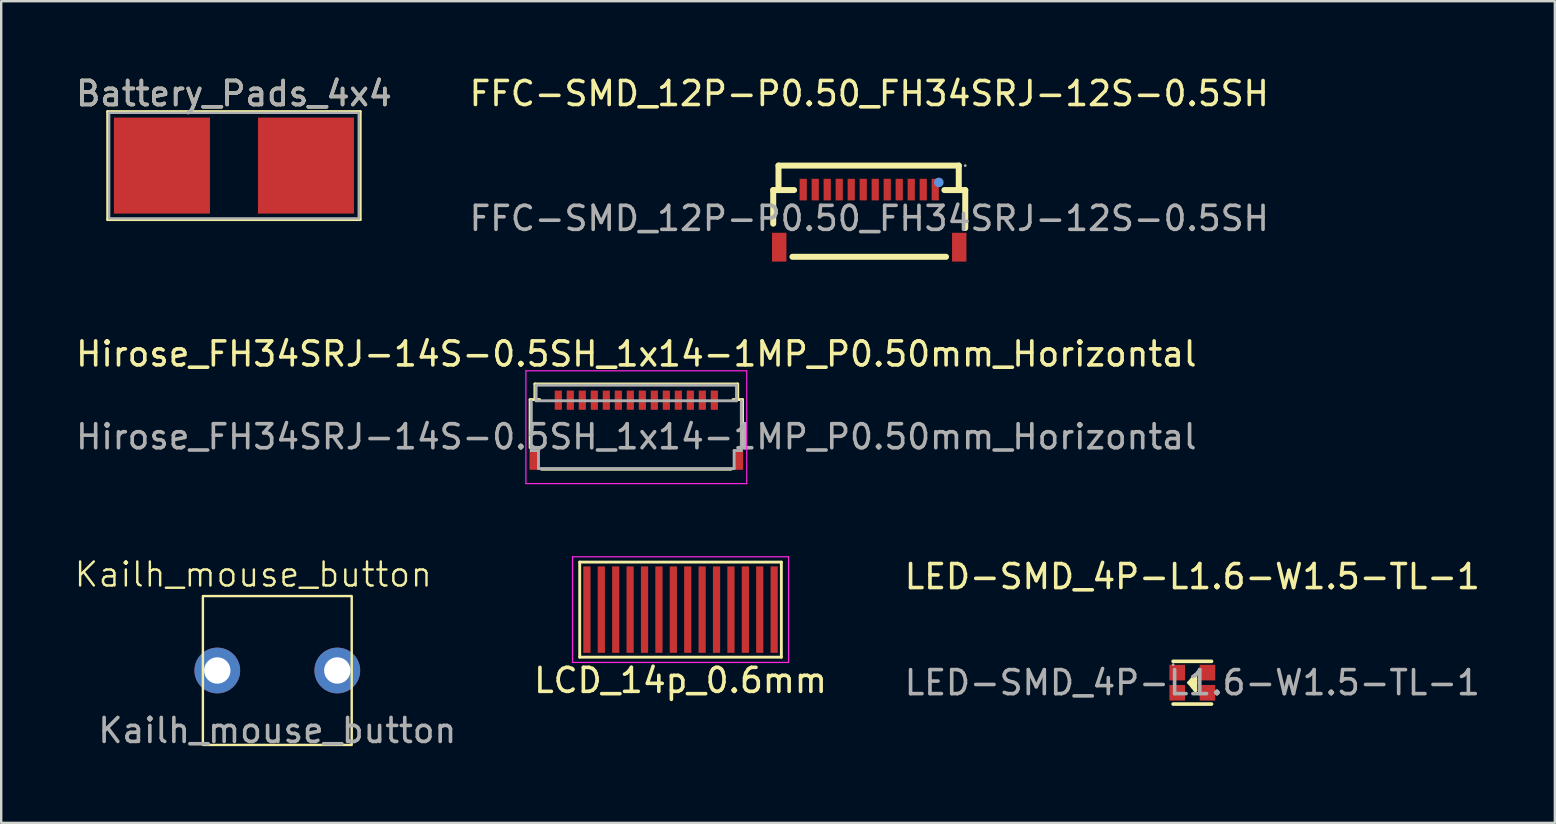
<source format=kicad_pcb>
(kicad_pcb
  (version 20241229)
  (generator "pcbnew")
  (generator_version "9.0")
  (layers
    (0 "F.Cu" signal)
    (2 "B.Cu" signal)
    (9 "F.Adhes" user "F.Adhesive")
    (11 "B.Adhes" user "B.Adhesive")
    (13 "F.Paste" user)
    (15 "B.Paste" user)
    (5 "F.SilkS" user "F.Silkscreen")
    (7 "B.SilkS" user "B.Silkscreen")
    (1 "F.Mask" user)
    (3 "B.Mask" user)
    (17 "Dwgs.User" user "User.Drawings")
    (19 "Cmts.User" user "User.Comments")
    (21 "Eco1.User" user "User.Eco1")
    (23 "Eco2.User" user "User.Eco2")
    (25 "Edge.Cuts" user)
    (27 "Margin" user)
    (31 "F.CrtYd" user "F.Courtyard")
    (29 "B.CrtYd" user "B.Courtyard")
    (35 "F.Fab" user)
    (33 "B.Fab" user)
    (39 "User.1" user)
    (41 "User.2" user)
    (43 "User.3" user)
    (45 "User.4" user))
  (footprint "FFC-SMD_12P-P0.50_FH34SRJ-12S-0.5SH"
    (layer "F.Cu")
    (at 33.161 6.048)
    (property "Reference" "FFC-SMD_12P-P0.50_FH34SRJ-12S-0.5SH" (at 0 -5.2 0) (layer "F.SilkS") (effects (font (size 1 1) (thickness 0.15))))
    (attr smd)
    (fp_line (start -4 -1.18) (end -4 0.22) (stroke (width 0.25) (type solid)) (layer "F.SilkS"))
    (fp_line (start -3.78 -2.2) (end 3.73 -2.2) (stroke (width 0.25) (type solid)) (layer "F.SilkS"))
    (fp_line (start -3.78 -1.18) (end -3.78 -2.2) (stroke (width 0.25) (type solid)) (layer "F.SilkS"))
    (fp_line (start -3.2 1.6) (end 3.2 1.6) (stroke (width 0.25) (type solid)) (layer "F.SilkS"))
    (fp_line (start -3.13 -1.18) (end -4 -1.18) (stroke (width 0.25) (type solid)) (layer "F.SilkS"))
    (fp_line (start 3.73 -2.2) (end 3.73 -1.18) (stroke (width 0.25) (type solid)) (layer "F.SilkS"))
    (fp_line (start 4 -1.18) (end 3.13 -1.18) (stroke (width 0.25) (type solid)) (layer "F.SilkS"))
    (fp_line (start 4 0.4) (end 4 -1.18) (stroke (width 0.25) (type solid)) (layer "F.SilkS"))
    (fp_circle (center 2.9 -1.5) (end 3 -1.5) (stroke (width 0.2) (type solid)) (fill no) (layer "Cmts.User"))
    (fp_circle (center 4 -2.2) (end 4.03 -2.2) (stroke (width 0.06) (type solid)) (fill no) (layer "F.Fab"))
    (fp_text user "${REFERENCE}" (at 0 0 0) (layer "F.Fab") (effects (font (size 1 1) (thickness 0.15))))
    (pad "1" smd rect (at 2.75 -1.2) (size 0.3 0.9) (layers "F.Cu" "F.Mask" "F.Paste"))
    (pad "2" smd rect (at 2.25 -1.2) (size 0.3 0.9) (layers "F.Cu" "F.Mask" "F.Paste"))
    (pad "3" smd rect (at 1.75 -1.2) (size 0.3 0.9) (layers "F.Cu" "F.Mask" "F.Paste"))
    (pad "4" smd rect (at 1.25 -1.2) (size 0.3 0.9) (layers "F.Cu" "F.Mask" "F.Paste"))
    (pad "5" smd rect (at 0.75 -1.2) (size 0.3 0.9) (layers "F.Cu" "F.Mask" "F.Paste"))
    (pad "6" smd rect (at 0.25 -1.2) (size 0.3 0.9) (layers "F.Cu" "F.Mask" "F.Paste"))
    (pad "7" smd rect (at -0.25 -1.2) (size 0.3 0.9) (layers "F.Cu" "F.Mask" "F.Paste"))
    (pad "8" smd rect (at -0.75 -1.2) (size 0.3 0.9) (layers "F.Cu" "F.Mask" "F.Paste"))
    (pad "9" smd rect (at -1.25 -1.2) (size 0.3 0.9) (layers "F.Cu" "F.Mask" "F.Paste"))
    (pad "10" smd rect (at -1.75 -1.2) (size 0.3 0.9) (layers "F.Cu" "F.Mask" "F.Paste"))
    (pad "11" smd rect (at -2.25 -1.2) (size 0.3 0.9) (layers "F.Cu" "F.Mask" "F.Paste"))
    (pad "12" smd rect (at -2.75 -1.2) (size 0.3 0.9) (layers "F.Cu" "F.Mask" "F.Paste"))
    (pad "MP" smd rect (at -3.75 1.2) (size 0.6 1.2) (layers "F.Cu" "F.Mask" "F.Paste"))
    (pad "MP" smd rect (at 3.75 1.2) (size 0.6 1.2) (layers "F.Cu" "F.Mask" "F.Paste")))
  (footprint "LED-SMD_4P-L1.6-W1.5-TL-1"
    (layer "F.Cu")
    (at 46.621 25.39)
    (property "Reference" "LED-SMD_4P-L1.6-W1.5-TL-1" (at 0 -4.42 0) (layer "F.SilkS") (effects (font (size 1 1) (thickness 0.15))))
    (attr smd)
    (fp_line (start -0.8 -0.89) (end 0.8 -0.89) (stroke (width 0.15) (type solid)) (layer "F.SilkS"))
    (fp_line (start -0.13 0) (end 0.13 0) (stroke (width 0.15) (type solid)) (layer "F.SilkS"))
    (fp_line (start -0.13 0) (end 0.13 0.32) (stroke (width 0.15) (type solid)) (layer "F.SilkS"))
    (fp_line (start 0.13 -0.32) (end -0.13 0) (stroke (width 0.15) (type solid)) (layer "F.SilkS"))
    (fp_line (start 0.13 -0.15) (end 0.01 0.17) (stroke (width 0.15) (type solid)) (layer "F.SilkS"))
    (fp_line (start 0.13 0.32) (end 0.13 -0.32) (stroke (width 0.15) (type solid)) (layer "F.SilkS"))
    (fp_line (start 0.8 0.89) (end -0.8 0.89) (stroke (width 0.15) (type solid)) (layer "F.SilkS"))
    (fp_circle (center -0.8 -0.75) (end -0.77 -0.75) (stroke (width 0.06) (type solid)) (fill no) (layer "F.Fab"))
    (fp_text user "${REFERENCE}" (at 0 0 0) (layer "F.Fab") (effects (font (size 1 1) (thickness 0.15))))
    (pad "1" smd rect (at -0.63 -0.42 180) (size 0.65 0.65) (layers "F.Cu" "F.Mask" "F.Paste"))
    (pad "2" smd rect (at 0.63 -0.42 180) (size 0.65 0.65) (layers "F.Cu" "F.Mask" "F.Paste"))
    (pad "3" smd rect (at -0.63 0.42 180) (size 0.65 0.65) (layers "F.Cu" "F.Mask" "F.Paste"))
    (pad "4" smd rect (at 0.63 0.42 180) (size 0.65 0.65) (layers "F.Cu" "F.Mask" "F.Paste")))
  (footprint "Kailh_mouse_button"
    (layer "F.Cu")
    (at 8.502 24.882)
    (property "Reference" "Kailh_mouse_button" (at -1 -4 0) (unlocked yes) (layer "F.SilkS") (effects (font (size 1 1) (thickness 0.1))))
    (attr through_hole)
    (fp_rect (start -3.1 -3.1) (end 3.1 3.1) (stroke (width 0.1) (type solid)) (fill no) (layer "F.SilkS"))
    (fp_text user "${REFERENCE}" (at 0 2.5 0) (unlocked yes) (layer "F.Fab") (effects (font (size 1 1) (thickness 0.15))))
    (pad "1" thru_hole circle (at -2.5 0) (size 1.905 1.905) (drill 1.1) (layers "*.Cu" "*.Mask"))
    (pad "2" thru_hole circle (at 2.5 0) (size 1.905 1.905) (drill 1.1) (layers "*.Cu" "*.Mask")))
  (footprint "Battery_Pads_4x4"
    (layer "F.Cu")
    (at 6.696 3.848)
    (property "Reference" "Battery_Pads_4x4" (at 0 -3 0) (layer "F.SilkS") (effects (font (size 1 1) (thickness 0.15))))
    (attr smd)
    (fp_line (start -5.26 -2.25) (end 5.26 -2.25) (stroke (width 0.12) (type solid)) (layer "F.SilkS"))
    (fp_line (start -5.26 2.25) (end -5.26 -2.25) (stroke (width 0.12) (type solid)) (layer "F.SilkS"))
    (fp_line (start 5.26 -2.25) (end 5.26 2.25) (stroke (width 0.12) (type solid)) (layer "F.SilkS"))
    (fp_line (start 5.26 2.25) (end -5.26 2.25) (stroke (width 0.12) (type solid)) (layer "F.SilkS"))
    (fp_line (start -5.2 -2.2) (end -5.2 2.2) (stroke (width 0.1) (type solid)) (layer "F.Fab"))
    (fp_line (start -5.2 -2.2) (end 5.2 -2.2) (stroke (width 0.1) (type solid)) (layer "F.Fab"))
    (fp_line (start -5.2 2.2) (end 5.2 2.2) (stroke (width 0.1) (type solid)) (layer "F.Fab"))
    (fp_line (start 5.2 -2.2) (end 5.2 2.2) (stroke (width 0.1) (type solid)) (layer "F.Fab"))
    (fp_text user "${REFERENCE}" (at 0 -3 0) (layer "F.Fab") (effects (font (size 1 1) (thickness 0.15))))
    (pad "1" smd rect (at -3 0) (size 4 4) (layers "F.Cu" "F.Mask" "F.Paste"))
    (pad "2" smd rect (at 3 0) (size 4 4) (layers "F.Cu" "F.Mask" "F.Paste")))
  (footprint "LCD_14p_0.6mm"
    (layer "F.Cu")
    (at 25.3 22.346)
    (property "Reference" "LCD_14p_0.6mm" (at 0 2.95 0) (layer "F.SilkS") (effects (font (size 1 1) (thickness 0.15))))
    (attr smd)
    (fp_line (start -4.2 -1.98) (end 4.2 -1.98) (stroke (width 0.12) (type solid)) (layer "F.SilkS"))
    (fp_line (start -4.2 1.98) (end -4.2 -1.98) (stroke (width 0.12) (type solid)) (layer "F.SilkS"))
    (fp_line (start -4.2 1.98) (end 4.2 1.98) (stroke (width 0.12) (type solid)) (layer "F.SilkS"))
    (fp_line (start 4.2 1.98) (end 4.2 -1.98) (stroke (width 0.12) (type solid)) (layer "F.SilkS"))
    (fp_line (start -4.5 -2.2) (end -4.5 2.2) (stroke (width 0.05) (type solid)) (layer "F.CrtYd"))
    (fp_line (start -4.5 -2.2) (end 4.5 -2.2) (stroke (width 0.05) (type solid)) (layer "F.CrtYd"))
    (fp_line (start -4.5 2.2) (end 4.5 2.2) (stroke (width 0.05) (type solid)) (layer "F.CrtYd"))
    (fp_line (start 4.5 -2.2) (end 4.5 2.2) (stroke (width 0.05) (type solid)) (layer "F.CrtYd"))
    (pad "1" smd rect (at -3.9 0) (size 0.3 3.6) (layers "F.Cu" "F.Mask" "F.Paste"))
    (pad "2" smd rect (at -3.3 0) (size 0.3 3.6) (layers "F.Cu" "F.Mask" "F.Paste"))
    (pad "3" smd rect (at -2.7 0) (size 0.3 3.6) (layers "F.Cu" "F.Mask" "F.Paste"))
    (pad "4" smd rect (at -2.1 0) (size 0.3 3.6) (layers "F.Cu" "F.Mask" "F.Paste"))
    (pad "5" smd rect (at -1.5 0) (size 0.3 3.6) (layers "F.Cu" "F.Mask" "F.Paste"))
    (pad "6" smd rect (at -0.9 0) (size 0.3 3.6) (layers "F.Cu" "F.Mask" "F.Paste"))
    (pad "7" smd rect (at -0.3 0) (size 0.3 3.6) (layers "F.Cu" "F.Mask" "F.Paste"))
    (pad "8" smd rect (at 0.3 0) (size 0.3 3.6) (layers "F.Cu" "F.Mask" "F.Paste"))
    (pad "9" smd rect (at 0.9 0) (size 0.3 3.6) (layers "F.Cu" "F.Mask" "F.Paste"))
    (pad "10" smd rect (at 1.5 0) (size 0.3 3.6) (layers "F.Cu" "F.Mask" "F.Paste"))
    (pad "11" smd rect (at 2.1 0) (size 0.3 3.6) (layers "F.Cu" "F.Mask" "F.Paste"))
    (pad "12" smd rect (at 2.7 0) (size 0.3 3.6) (layers "F.Cu" "F.Mask" "F.Paste"))
    (pad "13" smd rect (at 3.3 0) (size 0.3 3.6) (layers "F.Cu" "F.Mask" "F.Paste"))
    (pad "14" smd rect (at 3.9 0) (size 0.3 3.6) (layers "F.Cu" "F.Mask" "F.Paste")))
  (footprint "Hirose_FH34SRJ-14S-0.5SH_1x14-1MP_P0.50mm_Horizontal"
    (layer "F.Cu")
    (at 23.458 14.796)
    (property "Reference" "Hirose_FH34SRJ-14S-0.5SH_1x14-1MP_P0.50mm_Horizontal" (at 0 -3.1 0) (layer "F.SilkS") (effects (font (size 1 1) (thickness 0.15))))
    (attr smd)
    (fp_line (start -4.425 -1.2) (end -4.425 0.8) (stroke (width 0.12) (type solid)) (layer "F.SilkS"))
    (fp_line (start -4.225 -1.85) (end -4.225 -1.2) (stroke (width 0.12) (type solid)) (layer "F.SilkS"))
    (fp_line (start -4.225 -1.85) (end 4.225 -1.85) (stroke (width 0.12) (type solid)) (layer "F.SilkS"))
    (fp_line (start -4.225 -1.2) (end -4.425 -1.2) (stroke (width 0.12) (type solid)) (layer "F.SilkS"))
    (fp_line (start -4.225 -1.2) (end -4.025 -1.2) (stroke (width 0.12) (type solid)) (layer "F.SilkS"))
    (fp_line (start -3.95 1.7) (end 3.95 1.7) (stroke (width 0.12) (type solid)) (layer "F.SilkS"))
    (fp_line (start 4.225 -1.85) (end 4.225 -1.2) (stroke (width 0.12) (type solid)) (layer "F.SilkS"))
    (fp_line (start 4.225 -1.2) (end 4.025 -1.2) (stroke (width 0.12) (type solid)) (layer "F.SilkS"))
    (fp_line (start 4.225 -1.2) (end 4.425 -1.2) (stroke (width 0.12) (type solid)) (layer "F.SilkS"))
    (fp_line (start 4.425 -1.2) (end 4.425 0.8) (stroke (width 0.12) (type solid)) (layer "F.SilkS"))
    (fp_line (start -4.6 -2.4) (end -4.6 2.3) (stroke (width 0.05) (type solid)) (layer "F.CrtYd"))
    (fp_line (start -4.6 2.3) (end 4.6 2.3) (stroke (width 0.05) (type solid)) (layer "F.CrtYd"))
    (fp_line (start 4.6 -2.4) (end -4.6 -2.4) (stroke (width 0.05) (type solid)) (layer "F.CrtYd"))
    (fp_line (start 4.6 2.3) (end 4.6 -2.4) (stroke (width 0.05) (type solid)) (layer "F.CrtYd"))
    (fp_line (start -4.375 0.925) (end -4.375 -1.15) (stroke (width 0.12) (type solid)) (layer "F.Fab"))
    (fp_line (start -4.175 -1.8) (end 4.175 -1.8) (stroke (width 0.12) (type solid)) (layer "F.Fab"))
    (fp_line (start -4.175 -1.15) (end -4.175 -1.8) (stroke (width 0.12) (type solid)) (layer "F.Fab"))
    (fp_line (start -4.175 -1.15) (end 4.175 -1.15) (stroke (width 0.12) (type solid)) (layer "F.Fab"))
    (fp_line (start -4.075 0.925) (end -4.375 0.925) (stroke (width 0.12) (type solid)) (layer "F.Fab"))
    (fp_line (start -4.075 1.675) (end -4.075 0.925) (stroke (width 0.12) (type solid)) (layer "F.Fab"))
    (fp_line (start 4.075 0.925) (end 4.075 1.675) (stroke (width 0.12) (type solid)) (layer "F.Fab"))
    (fp_line (start 4.075 1.675) (end -4.075 1.675) (stroke (width 0.12) (type solid)) (layer "F.Fab"))
    (fp_line (start 4.175 -1.8) (end 4.175 -1.15) (stroke (width 0.12) (type solid)) (layer "F.Fab"))
    (fp_line (start 4.375 -1.15) (end 4.375 0.925) (stroke (width 0.12) (type solid)) (layer "F.Fab"))
    (fp_line (start 4.375 0.925) (end 4.075 0.925) (stroke (width 0.12) (type solid)) (layer "F.Fab"))
    (fp_text user "${REFERENCE}" (at 0 0.35 0) (layer "F.Fab") (effects (font (size 1 1) (thickness 0.15))))
    (pad "1" smd rect (at -3.25 -1.175) (size 0.3 0.8) (layers "F.Cu" "F.Mask" "F.Paste"))
    (pad "2" smd rect (at -2.75 -1.175) (size 0.3 0.8) (layers "F.Cu" "F.Mask" "F.Paste"))
    (pad "3" smd rect (at -2.25 -1.175) (size 0.3 0.8) (layers "F.Cu" "F.Mask" "F.Paste"))
    (pad "4" smd rect (at -1.75 -1.175) (size 0.3 0.8) (layers "F.Cu" "F.Mask" "F.Paste"))
    (pad "5" smd rect (at -1.25 -1.175) (size 0.3 0.8) (layers "F.Cu" "F.Mask" "F.Paste"))
    (pad "6" smd rect (at -0.75 -1.175) (size 0.3 0.8) (layers "F.Cu" "F.Mask" "F.Paste"))
    (pad "7" smd rect (at -0.25 -1.175) (size 0.3 0.8) (layers "F.Cu" "F.Mask" "F.Paste"))
    (pad "8" smd rect (at 0.25 -1.175) (size 0.3 0.8) (layers "F.Cu" "F.Mask" "F.Paste"))
    (pad "9" smd rect (at 0.75 -1.175) (size 0.3 0.8) (layers "F.Cu" "F.Mask" "F.Paste"))
    (pad "10" smd rect (at 1.25 -1.175) (size 0.3 0.8) (layers "F.Cu" "F.Mask" "F.Paste"))
    (pad "11" smd rect (at 1.75 -1.175) (size 0.3 0.8) (layers "F.Cu" "F.Mask" "F.Paste"))
    (pad "12" smd rect (at 2.25 -1.175) (size 0.3 0.8) (layers "F.Cu" "F.Mask" "F.Paste"))
    (pad "13" smd rect (at 2.75 -1.175) (size 0.3 0.8) (layers "F.Cu" "F.Mask" "F.Paste"))
    (pad "14" smd rect (at 3.25 -1.175) (size 0.3 0.8) (layers "F.Cu" "F.Mask" "F.Paste"))
    (pad "MP" smd rect (at -4.25 1.325) (size 0.4 0.8) (layers "F.Cu" "F.Mask" "F.Paste"))
    (pad "MP" smd rect (at 4.25 1.325) (size 0.4 0.8) (layers "F.Cu" "F.Mask" "F.Paste")))
  (gr_rect
    (start -3 -3)
    (end 61.723 31.23)
    (stroke (width 0.1) (type default))
    (fill no)
    (layer "Edge.Cuts")))
</source>
